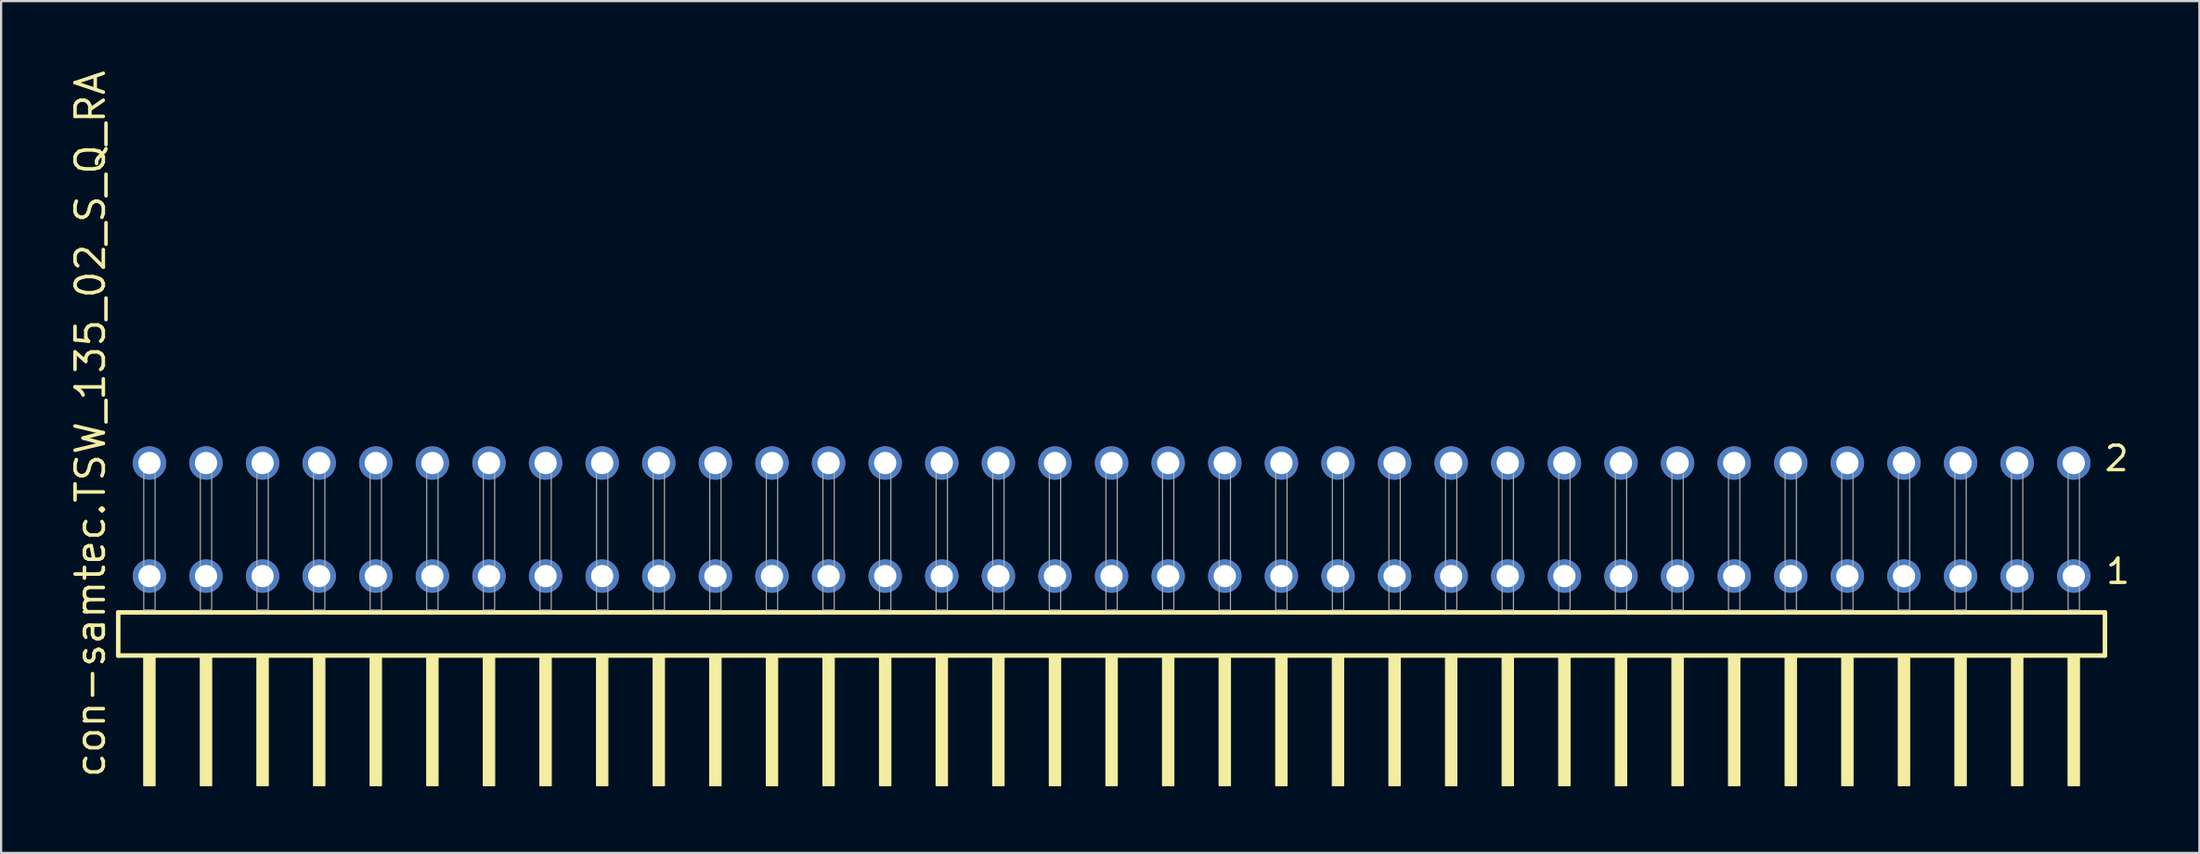
<source format=kicad_pcb>
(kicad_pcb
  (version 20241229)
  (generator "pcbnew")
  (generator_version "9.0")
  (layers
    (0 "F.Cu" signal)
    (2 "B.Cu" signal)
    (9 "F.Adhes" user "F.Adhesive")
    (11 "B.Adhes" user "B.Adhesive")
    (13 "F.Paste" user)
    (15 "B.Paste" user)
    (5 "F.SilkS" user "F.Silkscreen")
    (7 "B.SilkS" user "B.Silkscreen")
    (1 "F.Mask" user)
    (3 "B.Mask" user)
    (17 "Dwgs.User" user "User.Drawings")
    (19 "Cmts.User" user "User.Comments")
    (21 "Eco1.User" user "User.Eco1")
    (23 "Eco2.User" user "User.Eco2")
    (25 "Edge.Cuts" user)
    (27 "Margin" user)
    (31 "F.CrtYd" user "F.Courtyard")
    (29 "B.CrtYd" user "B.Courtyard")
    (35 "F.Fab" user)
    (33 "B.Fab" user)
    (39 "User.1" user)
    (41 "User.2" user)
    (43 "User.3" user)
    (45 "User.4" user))
  (footprint "con-samtec.TSW_135_02_S_Q_RA"
    (layer "F.Cu")
    (at 46.835 24.356)
    (property "Reference" "con-samtec.TSW_135_02_S_Q_RA" (at -45.085 7.62 90) (layer "F.SilkS") (effects (font (size 1.27 1.27) (thickness 0.16)) (justify left bottom)))
    (attr through_hole)
    (fp_line (start -44.579 0.106) (end -44.579 2.046) (stroke (width 0.203) (type default)) (layer "F.SilkS"))
    (fp_line (start -44.579 2.046) (end 44.579 2.046) (stroke (width 0.203) (type default)) (layer "F.SilkS"))
    (fp_line (start 44.579 0.106) (end -44.579 0.106) (stroke (width 0.203) (type default)) (layer "F.SilkS"))
    (fp_line (start 44.579 2.046) (end 44.579 0.106) (stroke (width 0.203) (type default)) (layer "F.SilkS"))
    (fp_rect (start -43.434 7.89) (end -42.926 2.04) (stroke (width 0.05) (type default)) (fill yes) (layer "F.SilkS"))
    (fp_rect (start -40.894 7.89) (end -40.386 2.04) (stroke (width 0.05) (type default)) (fill yes) (layer "F.SilkS"))
    (fp_rect (start -38.354 7.89) (end -37.846 2.04) (stroke (width 0.05) (type default)) (fill yes) (layer "F.SilkS"))
    (fp_rect (start -35.814 7.89) (end -35.306 2.04) (stroke (width 0.05) (type default)) (fill yes) (layer "F.SilkS"))
    (fp_rect (start -33.274 7.89) (end -32.766 2.04) (stroke (width 0.05) (type default)) (fill yes) (layer "F.SilkS"))
    (fp_rect (start -30.734 7.89) (end -30.226 2.04) (stroke (width 0.05) (type default)) (fill yes) (layer "F.SilkS"))
    (fp_rect (start -28.194 7.89) (end -27.686 2.04) (stroke (width 0.05) (type default)) (fill yes) (layer "F.SilkS"))
    (fp_rect (start -25.654 7.89) (end -25.146 2.04) (stroke (width 0.05) (type default)) (fill yes) (layer "F.SilkS"))
    (fp_rect (start -23.114 7.89) (end -22.606 2.04) (stroke (width 0.05) (type default)) (fill yes) (layer "F.SilkS"))
    (fp_rect (start -20.574 7.89) (end -20.066 2.04) (stroke (width 0.05) (type default)) (fill yes) (layer "F.SilkS"))
    (fp_rect (start -18.034 7.89) (end -17.526 2.04) (stroke (width 0.05) (type default)) (fill yes) (layer "F.SilkS"))
    (fp_rect (start -15.494 7.89) (end -14.986 2.04) (stroke (width 0.05) (type default)) (fill yes) (layer "F.SilkS"))
    (fp_rect (start -12.954 7.89) (end -12.446 2.04) (stroke (width 0.05) (type default)) (fill yes) (layer "F.SilkS"))
    (fp_rect (start -10.414 7.89) (end -9.906 2.04) (stroke (width 0.05) (type default)) (fill yes) (layer "F.SilkS"))
    (fp_rect (start -7.874 7.89) (end -7.366 2.04) (stroke (width 0.05) (type default)) (fill yes) (layer "F.SilkS"))
    (fp_rect (start -5.334 7.89) (end -4.826 2.04) (stroke (width 0.05) (type default)) (fill yes) (layer "F.SilkS"))
    (fp_rect (start -2.794 7.89) (end -2.286 2.04) (stroke (width 0.05) (type default)) (fill yes) (layer "F.SilkS"))
    (fp_rect (start -0.254 7.89) (end 0.254 2.04) (stroke (width 0.05) (type default)) (fill yes) (layer "F.SilkS"))
    (fp_rect (start 2.286 7.89) (end 2.794 2.04) (stroke (width 0.05) (type default)) (fill yes) (layer "F.SilkS"))
    (fp_rect (start 4.826 7.89) (end 5.334 2.04) (stroke (width 0.05) (type default)) (fill yes) (layer "F.SilkS"))
    (fp_rect (start 7.366 7.89) (end 7.874 2.04) (stroke (width 0.05) (type default)) (fill yes) (layer "F.SilkS"))
    (fp_rect (start 9.906 7.89) (end 10.414 2.04) (stroke (width 0.05) (type default)) (fill yes) (layer "F.SilkS"))
    (fp_rect (start 12.446 7.89) (end 12.954 2.04) (stroke (width 0.05) (type default)) (fill yes) (layer "F.SilkS"))
    (fp_rect (start 14.986 7.89) (end 15.494 2.04) (stroke (width 0.05) (type default)) (fill yes) (layer "F.SilkS"))
    (fp_rect (start 17.526 7.89) (end 18.034 2.04) (stroke (width 0.05) (type default)) (fill yes) (layer "F.SilkS"))
    (fp_rect (start 20.066 7.89) (end 20.574 2.04) (stroke (width 0.05) (type default)) (fill yes) (layer "F.SilkS"))
    (fp_rect (start 22.606 7.89) (end 23.114 2.04) (stroke (width 0.05) (type default)) (fill yes) (layer "F.SilkS"))
    (fp_rect (start 25.146 7.89) (end 25.654 2.04) (stroke (width 0.05) (type default)) (fill yes) (layer "F.SilkS"))
    (fp_rect (start 27.686 7.89) (end 28.194 2.04) (stroke (width 0.05) (type default)) (fill yes) (layer "F.SilkS"))
    (fp_rect (start 30.226 7.89) (end 30.734 2.04) (stroke (width 0.05) (type default)) (fill yes) (layer "F.SilkS"))
    (fp_rect (start 32.766 7.89) (end 33.274 2.04) (stroke (width 0.05) (type default)) (fill yes) (layer "F.SilkS"))
    (fp_rect (start 35.306 7.89) (end 35.814 2.04) (stroke (width 0.05) (type default)) (fill yes) (layer "F.SilkS"))
    (fp_rect (start 37.846 7.89) (end 38.354 2.04) (stroke (width 0.05) (type default)) (fill yes) (layer "F.SilkS"))
    (fp_rect (start 40.386 7.89) (end 40.894 2.04) (stroke (width 0.05) (type default)) (fill yes) (layer "F.SilkS"))
    (fp_rect (start 42.926 7.89) (end 43.434 2.04) (stroke (width 0.05) (type default)) (fill yes) (layer "F.SilkS"))
    (fp_rect (start -43.434 0) (end -42.926 -6.858) (stroke (width 0.05) (type default)) (fill no) (layer "F.Fab"))
    (fp_rect (start -40.894 0) (end -40.386 -6.858) (stroke (width 0.05) (type default)) (fill no) (layer "F.Fab"))
    (fp_rect (start -38.354 0) (end -37.846 -6.858) (stroke (width 0.05) (type default)) (fill no) (layer "F.Fab"))
    (fp_rect (start -35.814 0) (end -35.306 -6.858) (stroke (width 0.05) (type default)) (fill no) (layer "F.Fab"))
    (fp_rect (start -33.274 0) (end -32.766 -6.858) (stroke (width 0.05) (type default)) (fill no) (layer "F.Fab"))
    (fp_rect (start -30.734 0) (end -30.226 -6.858) (stroke (width 0.05) (type default)) (fill no) (layer "F.Fab"))
    (fp_rect (start -28.194 0) (end -27.686 -6.858) (stroke (width 0.05) (type default)) (fill no) (layer "F.Fab"))
    (fp_rect (start -25.654 0) (end -25.146 -6.858) (stroke (width 0.05) (type default)) (fill no) (layer "F.Fab"))
    (fp_rect (start -23.114 0) (end -22.606 -6.858) (stroke (width 0.05) (type default)) (fill no) (layer "F.Fab"))
    (fp_rect (start -20.574 0) (end -20.066 -6.858) (stroke (width 0.05) (type default)) (fill no) (layer "F.Fab"))
    (fp_rect (start -18.034 0) (end -17.526 -6.858) (stroke (width 0.05) (type default)) (fill no) (layer "F.Fab"))
    (fp_rect (start -15.494 0) (end -14.986 -6.858) (stroke (width 0.05) (type default)) (fill no) (layer "F.Fab"))
    (fp_rect (start -12.954 0) (end -12.446 -6.858) (stroke (width 0.05) (type default)) (fill no) (layer "F.Fab"))
    (fp_rect (start -10.414 0) (end -9.906 -6.858) (stroke (width 0.05) (type default)) (fill no) (layer "F.Fab"))
    (fp_rect (start -7.874 0) (end -7.366 -6.858) (stroke (width 0.05) (type default)) (fill no) (layer "F.Fab"))
    (fp_rect (start -5.334 0) (end -4.826 -6.858) (stroke (width 0.05) (type default)) (fill no) (layer "F.Fab"))
    (fp_rect (start -2.794 0) (end -2.286 -6.858) (stroke (width 0.05) (type default)) (fill no) (layer "F.Fab"))
    (fp_rect (start -0.254 0) (end 0.254 -6.858) (stroke (width 0.05) (type default)) (fill no) (layer "F.Fab"))
    (fp_rect (start 2.286 0) (end 2.794 -6.858) (stroke (width 0.05) (type default)) (fill no) (layer "F.Fab"))
    (fp_rect (start 4.826 0) (end 5.334 -6.858) (stroke (width 0.05) (type default)) (fill no) (layer "F.Fab"))
    (fp_rect (start 7.366 0) (end 7.874 -6.858) (stroke (width 0.05) (type default)) (fill no) (layer "F.Fab"))
    (fp_rect (start 9.906 0) (end 10.414 -6.858) (stroke (width 0.05) (type default)) (fill no) (layer "F.Fab"))
    (fp_rect (start 12.446 0) (end 12.954 -6.858) (stroke (width 0.05) (type default)) (fill no) (layer "F.Fab"))
    (fp_rect (start 14.986 0) (end 15.494 -6.858) (stroke (width 0.05) (type default)) (fill no) (layer "F.Fab"))
    (fp_rect (start 17.526 0) (end 18.034 -6.858) (stroke (width 0.05) (type default)) (fill no) (layer "F.Fab"))
    (fp_rect (start 20.066 0) (end 20.574 -6.858) (stroke (width 0.05) (type default)) (fill no) (layer "F.Fab"))
    (fp_rect (start 22.606 0) (end 23.114 -6.858) (stroke (width 0.05) (type default)) (fill no) (layer "F.Fab"))
    (fp_rect (start 25.146 0) (end 25.654 -6.858) (stroke (width 0.05) (type default)) (fill no) (layer "F.Fab"))
    (fp_rect (start 27.686 0) (end 28.194 -6.858) (stroke (width 0.05) (type default)) (fill no) (layer "F.Fab"))
    (fp_rect (start 30.226 0) (end 30.734 -6.858) (stroke (width 0.05) (type default)) (fill no) (layer "F.Fab"))
    (fp_rect (start 32.766 0) (end 33.274 -6.858) (stroke (width 0.05) (type default)) (fill no) (layer "F.Fab"))
    (fp_rect (start 35.306 0) (end 35.814 -6.858) (stroke (width 0.05) (type default)) (fill no) (layer "F.Fab"))
    (fp_rect (start 37.846 0) (end 38.354 -6.858) (stroke (width 0.05) (type default)) (fill no) (layer "F.Fab"))
    (fp_rect (start 40.386 0) (end 40.894 -6.858) (stroke (width 0.05) (type default)) (fill no) (layer "F.Fab"))
    (fp_rect (start 42.926 0) (end 43.434 -6.858) (stroke (width 0.05) (type default)) (fill no) (layer "F.Fab"))
    (fp_text user "1" (at 44.54 -1.1 0) (layer "F.SilkS") (effects (font (size 1.1 1.1) (thickness 0.15)) (justify left bottom)))
    (fp_text user "2" (at 44.48 -6.165 0) (layer "F.SilkS") (effects (font (size 1.1 1.1) (thickness 0.15)) (justify left bottom)))
    (pad "1" thru_hole circle (at 43.18 -1.524 180) (size 1.5 1.5) (drill 1) (layers "*.Cu" "*.Mask"))
    (pad "2" thru_hole circle (at 43.18 -6.604 180) (size 1.5 1.5) (drill 1) (layers "*.Cu" "*.Mask"))
    (pad "3" thru_hole circle (at 40.64 -1.524 180) (size 1.5 1.5) (drill 1) (layers "*.Cu" "*.Mask"))
    (pad "4" thru_hole circle (at 40.64 -6.604 180) (size 1.5 1.5) (drill 1) (layers "*.Cu" "*.Mask"))
    (pad "5" thru_hole circle (at 38.1 -1.524 180) (size 1.5 1.5) (drill 1) (layers "*.Cu" "*.Mask"))
    (pad "6" thru_hole circle (at 38.1 -6.604 180) (size 1.5 1.5) (drill 1) (layers "*.Cu" "*.Mask"))
    (pad "7" thru_hole circle (at 35.56 -1.524 180) (size 1.5 1.5) (drill 1) (layers "*.Cu" "*.Mask"))
    (pad "8" thru_hole circle (at 35.56 -6.604 180) (size 1.5 1.5) (drill 1) (layers "*.Cu" "*.Mask"))
    (pad "9" thru_hole circle (at 33.02 -1.524 180) (size 1.5 1.5) (drill 1) (layers "*.Cu" "*.Mask"))
    (pad "10" thru_hole circle (at 33.02 -6.604 180) (size 1.5 1.5) (drill 1) (layers "*.Cu" "*.Mask"))
    (pad "11" thru_hole circle (at 30.48 -1.524 180) (size 1.5 1.5) (drill 1) (layers "*.Cu" "*.Mask"))
    (pad "12" thru_hole circle (at 30.48 -6.604 180) (size 1.5 1.5) (drill 1) (layers "*.Cu" "*.Mask"))
    (pad "13" thru_hole circle (at 27.94 -1.524 180) (size 1.5 1.5) (drill 1) (layers "*.Cu" "*.Mask"))
    (pad "14" thru_hole circle (at 27.94 -6.604 180) (size 1.5 1.5) (drill 1) (layers "*.Cu" "*.Mask"))
    (pad "15" thru_hole circle (at 25.4 -1.524 180) (size 1.5 1.5) (drill 1) (layers "*.Cu" "*.Mask"))
    (pad "16" thru_hole circle (at 25.4 -6.604 180) (size 1.5 1.5) (drill 1) (layers "*.Cu" "*.Mask"))
    (pad "17" thru_hole circle (at 22.86 -1.524 180) (size 1.5 1.5) (drill 1) (layers "*.Cu" "*.Mask"))
    (pad "18" thru_hole circle (at 22.86 -6.604 180) (size 1.5 1.5) (drill 1) (layers "*.Cu" "*.Mask"))
    (pad "19" thru_hole circle (at 20.32 -1.524 180) (size 1.5 1.5) (drill 1) (layers "*.Cu" "*.Mask"))
    (pad "20" thru_hole circle (at 20.32 -6.604 180) (size 1.5 1.5) (drill 1) (layers "*.Cu" "*.Mask"))
    (pad "21" thru_hole circle (at 17.78 -1.524 180) (size 1.5 1.5) (drill 1) (layers "*.Cu" "*.Mask"))
    (pad "22" thru_hole circle (at 17.78 -6.604 180) (size 1.5 1.5) (drill 1) (layers "*.Cu" "*.Mask"))
    (pad "23" thru_hole circle (at 15.24 -1.524 180) (size 1.5 1.5) (drill 1) (layers "*.Cu" "*.Mask"))
    (pad "24" thru_hole circle (at 15.24 -6.604 180) (size 1.5 1.5) (drill 1) (layers "*.Cu" "*.Mask"))
    (pad "25" thru_hole circle (at 12.7 -1.524 180) (size 1.5 1.5) (drill 1) (layers "*.Cu" "*.Mask"))
    (pad "26" thru_hole circle (at 12.7 -6.604 180) (size 1.5 1.5) (drill 1) (layers "*.Cu" "*.Mask"))
    (pad "27" thru_hole circle (at 10.16 -1.524 180) (size 1.5 1.5) (drill 1) (layers "*.Cu" "*.Mask"))
    (pad "28" thru_hole circle (at 10.16 -6.604 180) (size 1.5 1.5) (drill 1) (layers "*.Cu" "*.Mask"))
    (pad "29" thru_hole circle (at 7.62 -1.524 180) (size 1.5 1.5) (drill 1) (layers "*.Cu" "*.Mask"))
    (pad "30" thru_hole circle (at 7.62 -6.604 180) (size 1.5 1.5) (drill 1) (layers "*.Cu" "*.Mask"))
    (pad "31" thru_hole circle (at 5.08 -1.524 180) (size 1.5 1.5) (drill 1) (layers "*.Cu" "*.Mask"))
    (pad "32" thru_hole circle (at 5.08 -6.604 180) (size 1.5 1.5) (drill 1) (layers "*.Cu" "*.Mask"))
    (pad "33" thru_hole circle (at 2.54 -1.524 180) (size 1.5 1.5) (drill 1) (layers "*.Cu" "*.Mask"))
    (pad "34" thru_hole circle (at 2.54 -6.604 180) (size 1.5 1.5) (drill 1) (layers "*.Cu" "*.Mask"))
    (pad "35" thru_hole circle (at 0 -1.524 180) (size 1.5 1.5) (drill 1) (layers "*.Cu" "*.Mask"))
    (pad "36" thru_hole circle (at 0 -6.604 180) (size 1.5 1.5) (drill 1) (layers "*.Cu" "*.Mask"))
    (pad "37" thru_hole circle (at -2.54 -1.524 180) (size 1.5 1.5) (drill 1) (layers "*.Cu" "*.Mask"))
    (pad "38" thru_hole circle (at -2.54 -6.604 180) (size 1.5 1.5) (drill 1) (layers "*.Cu" "*.Mask"))
    (pad "39" thru_hole circle (at -5.08 -1.524 180) (size 1.5 1.5) (drill 1) (layers "*.Cu" "*.Mask"))
    (pad "40" thru_hole circle (at -5.08 -6.604 180) (size 1.5 1.5) (drill 1) (layers "*.Cu" "*.Mask"))
    (pad "41" thru_hole circle (at -7.62 -1.524 180) (size 1.5 1.5) (drill 1) (layers "*.Cu" "*.Mask"))
    (pad "42" thru_hole circle (at -7.62 -6.604 180) (size 1.5 1.5) (drill 1) (layers "*.Cu" "*.Mask"))
    (pad "43" thru_hole circle (at -10.16 -1.524 180) (size 1.5 1.5) (drill 1) (layers "*.Cu" "*.Mask"))
    (pad "44" thru_hole circle (at -10.16 -6.604 180) (size 1.5 1.5) (drill 1) (layers "*.Cu" "*.Mask"))
    (pad "45" thru_hole circle (at -12.7 -1.524 180) (size 1.5 1.5) (drill 1) (layers "*.Cu" "*.Mask"))
    (pad "46" thru_hole circle (at -12.7 -6.604 180) (size 1.5 1.5) (drill 1) (layers "*.Cu" "*.Mask"))
    (pad "47" thru_hole circle (at -15.24 -1.524 180) (size 1.5 1.5) (drill 1) (layers "*.Cu" "*.Mask"))
    (pad "48" thru_hole circle (at -15.24 -6.604 180) (size 1.5 1.5) (drill 1) (layers "*.Cu" "*.Mask"))
    (pad "49" thru_hole circle (at -17.78 -1.524 180) (size 1.5 1.5) (drill 1) (layers "*.Cu" "*.Mask"))
    (pad "50" thru_hole circle (at -17.78 -6.604 180) (size 1.5 1.5) (drill 1) (layers "*.Cu" "*.Mask"))
    (pad "51" thru_hole circle (at -20.32 -1.524 180) (size 1.5 1.5) (drill 1) (layers "*.Cu" "*.Mask"))
    (pad "52" thru_hole circle (at -20.32 -6.604 180) (size 1.5 1.5) (drill 1) (layers "*.Cu" "*.Mask"))
    (pad "53" thru_hole circle (at -22.86 -1.524 180) (size 1.5 1.5) (drill 1) (layers "*.Cu" "*.Mask"))
    (pad "54" thru_hole circle (at -22.86 -6.604 180) (size 1.5 1.5) (drill 1) (layers "*.Cu" "*.Mask"))
    (pad "55" thru_hole circle (at -25.4 -1.524 180) (size 1.5 1.5) (drill 1) (layers "*.Cu" "*.Mask"))
    (pad "56" thru_hole circle (at -25.4 -6.604 180) (size 1.5 1.5) (drill 1) (layers "*.Cu" "*.Mask"))
    (pad "57" thru_hole circle (at -27.94 -1.524 180) (size 1.5 1.5) (drill 1) (layers "*.Cu" "*.Mask"))
    (pad "58" thru_hole circle (at -27.94 -6.604 180) (size 1.5 1.5) (drill 1) (layers "*.Cu" "*.Mask"))
    (pad "59" thru_hole circle (at -30.48 -1.524 180) (size 1.5 1.5) (drill 1) (layers "*.Cu" "*.Mask"))
    (pad "60" thru_hole circle (at -30.48 -6.604 180) (size 1.5 1.5) (drill 1) (layers "*.Cu" "*.Mask"))
    (pad "61" thru_hole circle (at -33.02 -1.524 180) (size 1.5 1.5) (drill 1) (layers "*.Cu" "*.Mask"))
    (pad "62" thru_hole circle (at -33.02 -6.604 180) (size 1.5 1.5) (drill 1) (layers "*.Cu" "*.Mask"))
    (pad "63" thru_hole circle (at -35.56 -1.524 180) (size 1.5 1.5) (drill 1) (layers "*.Cu" "*.Mask"))
    (pad "64" thru_hole circle (at -35.56 -6.604 180) (size 1.5 1.5) (drill 1) (layers "*.Cu" "*.Mask"))
    (pad "65" thru_hole circle (at -38.1 -1.524 180) (size 1.5 1.5) (drill 1) (layers "*.Cu" "*.Mask"))
    (pad "66" thru_hole circle (at -38.1 -6.604 180) (size 1.5 1.5) (drill 1) (layers "*.Cu" "*.Mask"))
    (pad "67" thru_hole circle (at -40.64 -1.524 180) (size 1.5 1.5) (drill 1) (layers "*.Cu" "*.Mask"))
    (pad "68" thru_hole circle (at -40.64 -6.604 180) (size 1.5 1.5) (drill 1) (layers "*.Cu" "*.Mask"))
    (pad "69" thru_hole circle (at -43.18 -1.524 180) (size 1.5 1.5) (drill 1) (layers "*.Cu" "*.Mask"))
    (pad "70" thru_hole circle (at -43.18 -6.604 180) (size 1.5 1.5) (drill 1) (layers "*.Cu" "*.Mask")))
  (gr_rect
    (start -3 -3)
    (end 95.653 35.271)
    (stroke (width 0.1) (type default))
    (fill no)
    (layer "Edge.Cuts")))
</source>
